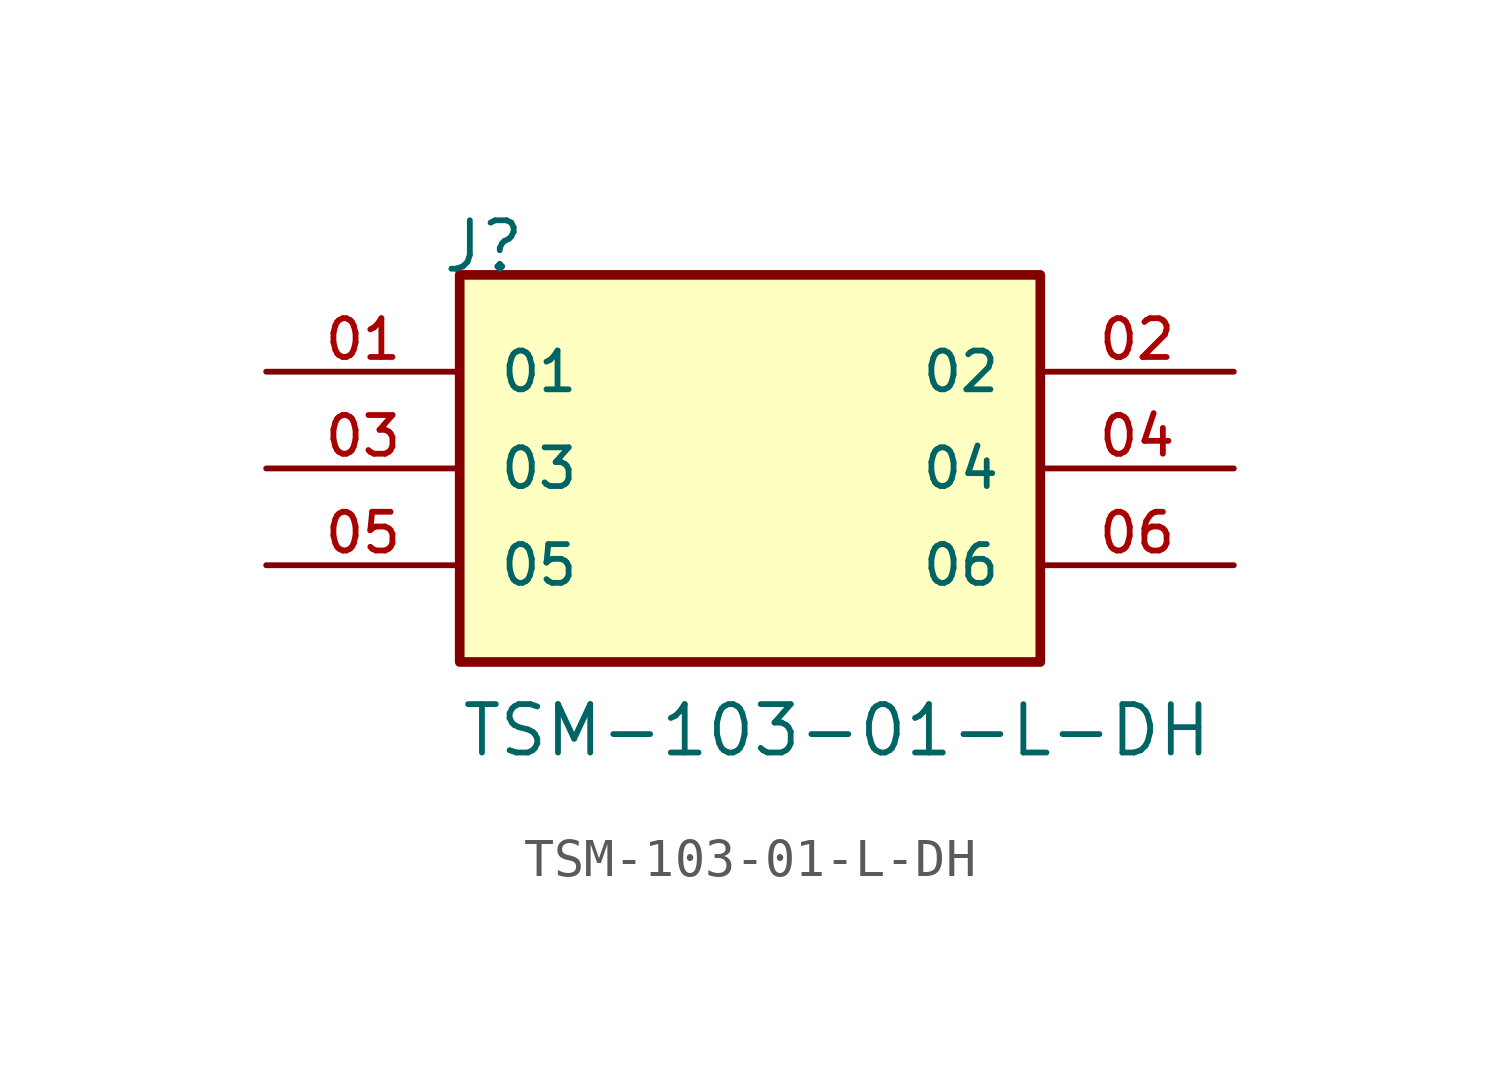
<source format=kicad_sym>
(kicad_symbol_lib
  (version 20241209)
  (generator "kicad_symbol_editor")
  (generator_version "9.0")
  (symbol "TSM-103-01-L-DH"
    (pin_names
      (offset 1.016))
    (property "Reference" "J"
      (at -8.12 5.08 0)
      (effects (font (size 1.27 1.27)) (justify left bottom)))
    (property "Value" "TSM-103-01-L-DH"
      (at -7.62 -7.62 0)
      (effects (font (size 1.27 1.27)) (justify left bottom)))
    (symbol "TSM-103-01-L-DH_0_0"
      (rectangle (start -7.62 -5.08) (end 7.62 5.08) (stroke (width 0.254) (type default)) (fill (type background)))
      (pin passive line (at -12.7 2.54 0) (length 5.08) (name "01" (effects (font (size 1.016 1.016)))) (number "01" (effects (font (size 1.016 1.016)))))
      (pin passive line (at -12.7 0 0) (length 5.08) (name "03" (effects (font (size 1.016 1.016)))) (number "03" (effects (font (size 1.016 1.016)))))
      (pin passive line (at -12.7 -2.54 0) (length 5.08) (name "05" (effects (font (size 1.016 1.016)))) (number "05" (effects (font (size 1.016 1.016)))))
      (pin passive line (at 12.7 2.54 180) (length 5.08) (name "02" (effects (font (size 1.016 1.016)))) (number "02" (effects (font (size 1.016 1.016)))))
      (pin passive line (at 12.7 0 180) (length 5.08) (name "04" (effects (font (size 1.016 1.016)))) (number "04" (effects (font (size 1.016 1.016)))))
      (pin passive line (at 12.7 -2.54 180) (length 5.08) (name "06" (effects (font (size 1.016 1.016)))) (number "06" (effects (font (size 1.016 1.016))))))))
</source>
